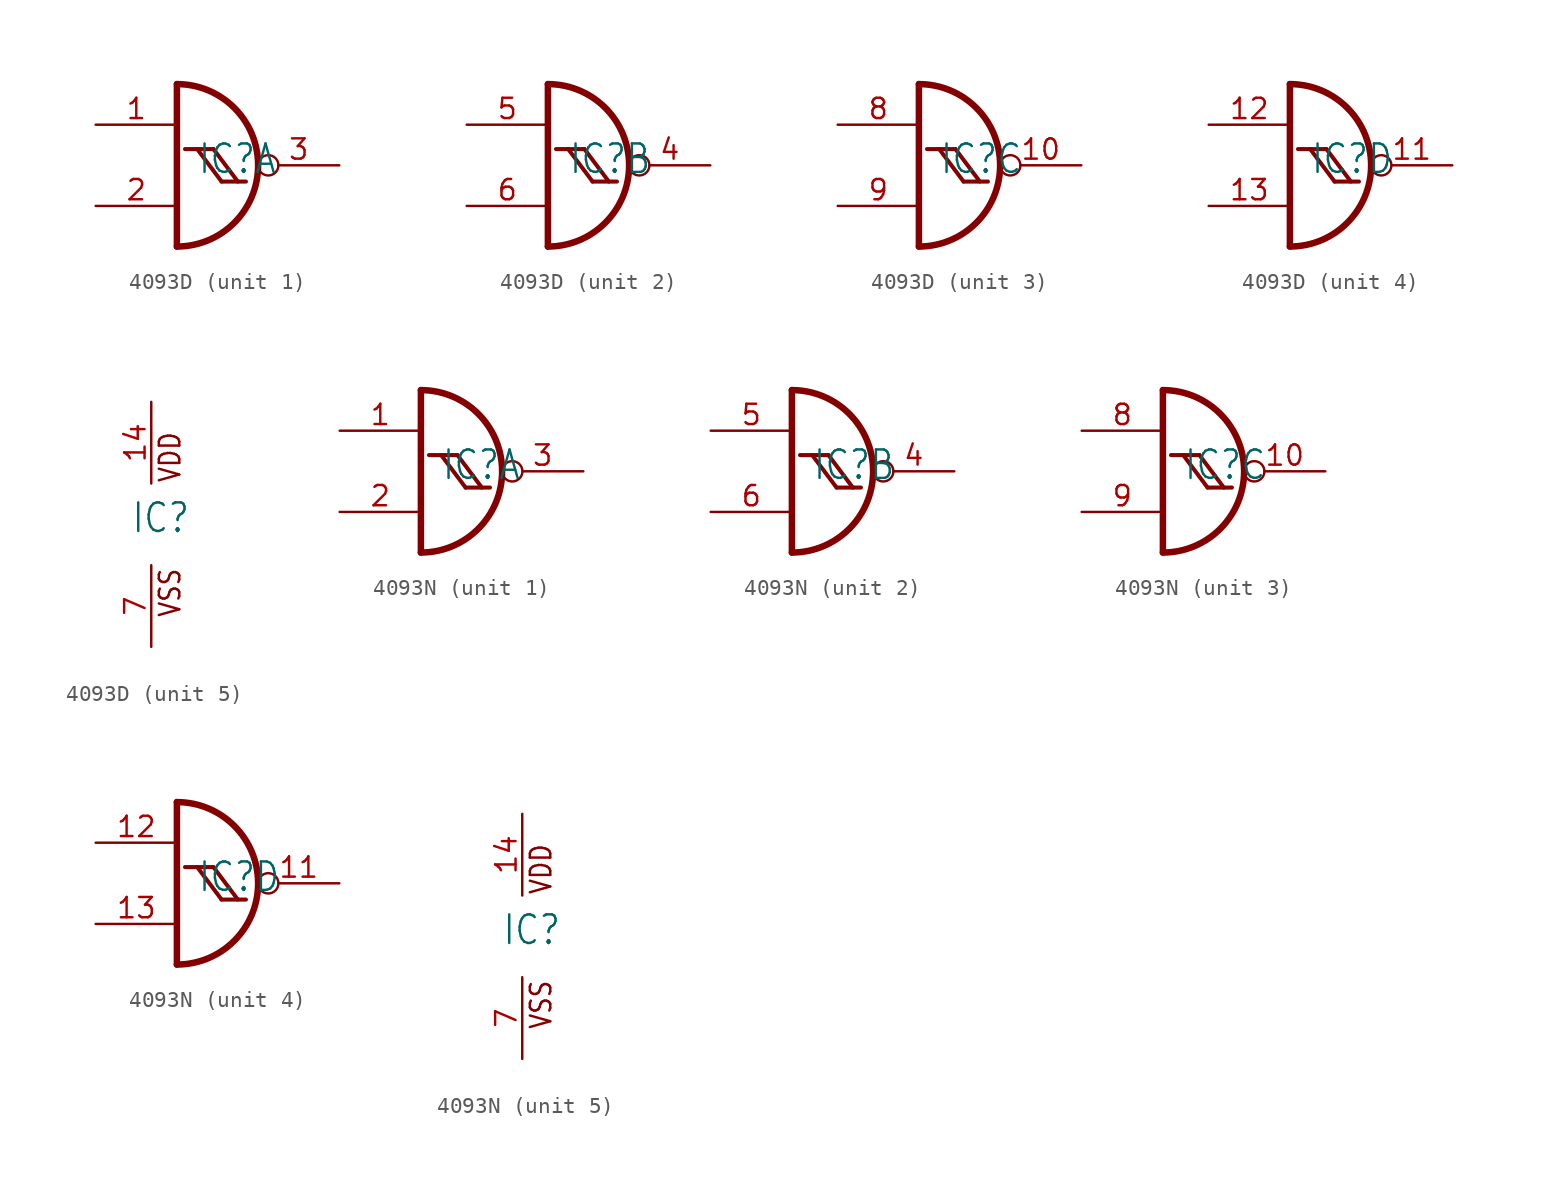
<source format=kicad_sym>
(kicad_symbol_lib
  (version 20211014)
  (generator kicad_symbol_editor)
  (symbol "4093D"
    (property "Reference" "IC"
      (at -1.27 -0.635 0)
      (effects (font (size 1.778 1.511)) (justify left bottom)))
    (property "ki_locked" ""
      (at 0 0 0)
      (effects (font (size 1.27 1.27))))
    (symbol "4093D_1_0"
      (arc (start -2.54 -5.08) (mid 2.54 0) (end -2.54 5.08) (stroke (width 0.4064) (type default) (color 0 0 0 0)) (fill (type none)))
      (polyline (pts (xy -2.54 5.08) (xy -2.54 -5.08)) (stroke (width 0.406) (type default) (color 0 0 0 0)) (fill (type none)))
      (polyline (pts (xy -1.27 1.016) (xy 0.254 -1.016)) (stroke (width 0.254) (type default) (color 0 0 0 0)) (fill (type none)))
      (polyline (pts (xy -0.254 1.016) (xy -2.032 1.016)) (stroke (width 0.254) (type default) (color 0 0 0 0)) (fill (type none)))
      (polyline (pts (xy -0.254 1.016) (xy 1.27 -1.016)) (stroke (width 0.254) (type default) (color 0 0 0 0)) (fill (type none)))
      (polyline (pts (xy 0.254 -1.016) (xy 1.778 -1.016)) (stroke (width 0.254) (type default) (color 0 0 0 0)) (fill (type none)))
      (pin input line (at -7.62 2.54 0) (length 5.08) (name "I0" (effects (font (size 0 0)))) (number "1" (effects (font (size 1.27 1.27)))))
      (pin input line (at -7.62 -2.54 0) (length 5.08) (name "I1" (effects (font (size 0 0)))) (number "2" (effects (font (size 1.27 1.27)))))
      (pin output inverted (at 7.62 0 180) (length 5.08) (name "O" (effects (font (size 0 0)))) (number "3" (effects (font (size 1.27 1.27))))))
    (symbol "4093D_2_0"
      (arc (start -2.54 -5.08) (mid 2.54 0) (end -2.54 5.08) (stroke (width 0.4064) (type default) (color 0 0 0 0)) (fill (type none)))
      (polyline (pts (xy -2.54 5.08) (xy -2.54 -5.08)) (stroke (width 0.406) (type default) (color 0 0 0 0)) (fill (type none)))
      (polyline (pts (xy -1.27 1.016) (xy 0.254 -1.016)) (stroke (width 0.254) (type default) (color 0 0 0 0)) (fill (type none)))
      (polyline (pts (xy -0.254 1.016) (xy -2.032 1.016)) (stroke (width 0.254) (type default) (color 0 0 0 0)) (fill (type none)))
      (polyline (pts (xy -0.254 1.016) (xy 1.27 -1.016)) (stroke (width 0.254) (type default) (color 0 0 0 0)) (fill (type none)))
      (polyline (pts (xy 0.254 -1.016) (xy 1.778 -1.016)) (stroke (width 0.254) (type default) (color 0 0 0 0)) (fill (type none)))
      (pin output inverted (at 7.62 0 180) (length 5.08) (name "O" (effects (font (size 0 0)))) (number "4" (effects (font (size 1.27 1.27)))))
      (pin input line (at -7.62 2.54 0) (length 5.08) (name "I0" (effects (font (size 0 0)))) (number "5" (effects (font (size 1.27 1.27)))))
      (pin input line (at -7.62 -2.54 0) (length 5.08) (name "I1" (effects (font (size 0 0)))) (number "6" (effects (font (size 1.27 1.27))))))
    (symbol "4093D_3_0"
      (arc (start -2.54 -5.08) (mid 2.54 0) (end -2.54 5.08) (stroke (width 0.4064) (type default) (color 0 0 0 0)) (fill (type none)))
      (polyline (pts (xy -2.54 5.08) (xy -2.54 -5.08)) (stroke (width 0.406) (type default) (color 0 0 0 0)) (fill (type none)))
      (polyline (pts (xy -1.27 1.016) (xy 0.254 -1.016)) (stroke (width 0.254) (type default) (color 0 0 0 0)) (fill (type none)))
      (polyline (pts (xy -0.254 1.016) (xy -2.032 1.016)) (stroke (width 0.254) (type default) (color 0 0 0 0)) (fill (type none)))
      (polyline (pts (xy -0.254 1.016) (xy 1.27 -1.016)) (stroke (width 0.254) (type default) (color 0 0 0 0)) (fill (type none)))
      (polyline (pts (xy 0.254 -1.016) (xy 1.778 -1.016)) (stroke (width 0.254) (type default) (color 0 0 0 0)) (fill (type none)))
      (pin output inverted (at 7.62 0 180) (length 5.08) (name "O" (effects (font (size 0 0)))) (number "10" (effects (font (size 1.27 1.27)))))
      (pin input line (at -7.62 2.54 0) (length 5.08) (name "I0" (effects (font (size 0 0)))) (number "8" (effects (font (size 1.27 1.27)))))
      (pin input line (at -7.62 -2.54 0) (length 5.08) (name "I1" (effects (font (size 0 0)))) (number "9" (effects (font (size 1.27 1.27))))))
    (symbol "4093D_4_0"
      (arc (start -2.54 -5.08) (mid 2.54 0) (end -2.54 5.08) (stroke (width 0.4064) (type default) (color 0 0 0 0)) (fill (type none)))
      (polyline (pts (xy -2.54 5.08) (xy -2.54 -5.08)) (stroke (width 0.406) (type default) (color 0 0 0 0)) (fill (type none)))
      (polyline (pts (xy -1.27 1.016) (xy 0.254 -1.016)) (stroke (width 0.254) (type default) (color 0 0 0 0)) (fill (type none)))
      (polyline (pts (xy -0.254 1.016) (xy -2.032 1.016)) (stroke (width 0.254) (type default) (color 0 0 0 0)) (fill (type none)))
      (polyline (pts (xy -0.254 1.016) (xy 1.27 -1.016)) (stroke (width 0.254) (type default) (color 0 0 0 0)) (fill (type none)))
      (polyline (pts (xy 0.254 -1.016) (xy 1.778 -1.016)) (stroke (width 0.254) (type default) (color 0 0 0 0)) (fill (type none)))
      (pin output inverted (at 7.62 0 180) (length 5.08) (name "O" (effects (font (size 0 0)))) (number "11" (effects (font (size 1.27 1.27)))))
      (pin input line (at -7.62 2.54 0) (length 5.08) (name "I0" (effects (font (size 0 0)))) (number "12" (effects (font (size 1.27 1.27)))))
      (pin input line (at -7.62 -2.54 0) (length 5.08) (name "I1" (effects (font (size 0 0)))) (number "13" (effects (font (size 1.27 1.27))))))
    (symbol "4093D_5_0"
      (text "VDD" (at 1.905 2.54 900) (effects (font (size 1.27 1.079)) (justify left bottom)))
      (text "VSS" (at 1.905 -5.842 900) (effects (font (size 1.27 1.079)) (justify left bottom)))
      (pin power_in line (at 0 7.62 270) (length 5.08) (name "VDD" (effects (font (size 0 0)))) (number "14" (effects (font (size 1.27 1.27)))))
      (pin power_in line (at 0 -7.62 90) (length 5.08) (name "VSS" (effects (font (size 0 0)))) (number "7" (effects (font (size 1.27 1.27)))))))
  (symbol "4093N"
    (property "Reference" "IC"
      (at -1.27 -0.635 0)
      (effects (font (size 1.778 1.511)) (justify left bottom)))
    (property "ki_locked" ""
      (at 0 0 0)
      (effects (font (size 1.27 1.27))))
    (symbol "4093N_1_0"
      (arc (start -2.54 -5.08) (mid 2.54 0) (end -2.54 5.08) (stroke (width 0.4064) (type default) (color 0 0 0 0)) (fill (type none)))
      (polyline (pts (xy -2.54 5.08) (xy -2.54 -5.08)) (stroke (width 0.406) (type default) (color 0 0 0 0)) (fill (type none)))
      (polyline (pts (xy -1.27 1.016) (xy 0.254 -1.016)) (stroke (width 0.254) (type default) (color 0 0 0 0)) (fill (type none)))
      (polyline (pts (xy -0.254 1.016) (xy -2.032 1.016)) (stroke (width 0.254) (type default) (color 0 0 0 0)) (fill (type none)))
      (polyline (pts (xy -0.254 1.016) (xy 1.27 -1.016)) (stroke (width 0.254) (type default) (color 0 0 0 0)) (fill (type none)))
      (polyline (pts (xy 0.254 -1.016) (xy 1.778 -1.016)) (stroke (width 0.254) (type default) (color 0 0 0 0)) (fill (type none)))
      (pin input line (at -7.62 2.54 0) (length 5.08) (name "I0" (effects (font (size 0 0)))) (number "1" (effects (font (size 1.27 1.27)))))
      (pin input line (at -7.62 -2.54 0) (length 5.08) (name "I1" (effects (font (size 0 0)))) (number "2" (effects (font (size 1.27 1.27)))))
      (pin output inverted (at 7.62 0 180) (length 5.08) (name "O" (effects (font (size 0 0)))) (number "3" (effects (font (size 1.27 1.27))))))
    (symbol "4093N_2_0"
      (arc (start -2.54 -5.08) (mid 2.54 0) (end -2.54 5.08) (stroke (width 0.4064) (type default) (color 0 0 0 0)) (fill (type none)))
      (polyline (pts (xy -2.54 5.08) (xy -2.54 -5.08)) (stroke (width 0.406) (type default) (color 0 0 0 0)) (fill (type none)))
      (polyline (pts (xy -1.27 1.016) (xy 0.254 -1.016)) (stroke (width 0.254) (type default) (color 0 0 0 0)) (fill (type none)))
      (polyline (pts (xy -0.254 1.016) (xy -2.032 1.016)) (stroke (width 0.254) (type default) (color 0 0 0 0)) (fill (type none)))
      (polyline (pts (xy -0.254 1.016) (xy 1.27 -1.016)) (stroke (width 0.254) (type default) (color 0 0 0 0)) (fill (type none)))
      (polyline (pts (xy 0.254 -1.016) (xy 1.778 -1.016)) (stroke (width 0.254) (type default) (color 0 0 0 0)) (fill (type none)))
      (pin output inverted (at 7.62 0 180) (length 5.08) (name "O" (effects (font (size 0 0)))) (number "4" (effects (font (size 1.27 1.27)))))
      (pin input line (at -7.62 2.54 0) (length 5.08) (name "I0" (effects (font (size 0 0)))) (number "5" (effects (font (size 1.27 1.27)))))
      (pin input line (at -7.62 -2.54 0) (length 5.08) (name "I1" (effects (font (size 0 0)))) (number "6" (effects (font (size 1.27 1.27))))))
    (symbol "4093N_3_0"
      (arc (start -2.54 -5.08) (mid 2.54 0) (end -2.54 5.08) (stroke (width 0.4064) (type default) (color 0 0 0 0)) (fill (type none)))
      (polyline (pts (xy -2.54 5.08) (xy -2.54 -5.08)) (stroke (width 0.406) (type default) (color 0 0 0 0)) (fill (type none)))
      (polyline (pts (xy -1.27 1.016) (xy 0.254 -1.016)) (stroke (width 0.254) (type default) (color 0 0 0 0)) (fill (type none)))
      (polyline (pts (xy -0.254 1.016) (xy -2.032 1.016)) (stroke (width 0.254) (type default) (color 0 0 0 0)) (fill (type none)))
      (polyline (pts (xy -0.254 1.016) (xy 1.27 -1.016)) (stroke (width 0.254) (type default) (color 0 0 0 0)) (fill (type none)))
      (polyline (pts (xy 0.254 -1.016) (xy 1.778 -1.016)) (stroke (width 0.254) (type default) (color 0 0 0 0)) (fill (type none)))
      (pin output inverted (at 7.62 0 180) (length 5.08) (name "O" (effects (font (size 0 0)))) (number "10" (effects (font (size 1.27 1.27)))))
      (pin input line (at -7.62 2.54 0) (length 5.08) (name "I0" (effects (font (size 0 0)))) (number "8" (effects (font (size 1.27 1.27)))))
      (pin input line (at -7.62 -2.54 0) (length 5.08) (name "I1" (effects (font (size 0 0)))) (number "9" (effects (font (size 1.27 1.27))))))
    (symbol "4093N_4_0"
      (arc (start -2.54 -5.08) (mid 2.54 0) (end -2.54 5.08) (stroke (width 0.4064) (type default) (color 0 0 0 0)) (fill (type none)))
      (polyline (pts (xy -2.54 5.08) (xy -2.54 -5.08)) (stroke (width 0.406) (type default) (color 0 0 0 0)) (fill (type none)))
      (polyline (pts (xy -1.27 1.016) (xy 0.254 -1.016)) (stroke (width 0.254) (type default) (color 0 0 0 0)) (fill (type none)))
      (polyline (pts (xy -0.254 1.016) (xy -2.032 1.016)) (stroke (width 0.254) (type default) (color 0 0 0 0)) (fill (type none)))
      (polyline (pts (xy -0.254 1.016) (xy 1.27 -1.016)) (stroke (width 0.254) (type default) (color 0 0 0 0)) (fill (type none)))
      (polyline (pts (xy 0.254 -1.016) (xy 1.778 -1.016)) (stroke (width 0.254) (type default) (color 0 0 0 0)) (fill (type none)))
      (pin output inverted (at 7.62 0 180) (length 5.08) (name "O" (effects (font (size 0 0)))) (number "11" (effects (font (size 1.27 1.27)))))
      (pin input line (at -7.62 2.54 0) (length 5.08) (name "I0" (effects (font (size 0 0)))) (number "12" (effects (font (size 1.27 1.27)))))
      (pin input line (at -7.62 -2.54 0) (length 5.08) (name "I1" (effects (font (size 0 0)))) (number "13" (effects (font (size 1.27 1.27))))))
    (symbol "4093N_5_0"
      (text "VDD" (at 1.905 2.54 900) (effects (font (size 1.27 1.079)) (justify left bottom)))
      (text "VSS" (at 1.905 -5.842 900) (effects (font (size 1.27 1.079)) (justify left bottom)))
      (pin power_in line (at 0 7.62 270) (length 5.08) (name "VDD" (effects (font (size 0 0)))) (number "14" (effects (font (size 1.27 1.27)))))
      (pin power_in line (at 0 -7.62 90) (length 5.08) (name "VSS" (effects (font (size 0 0)))) (number "7" (effects (font (size 1.27 1.27))))))))
</source>
